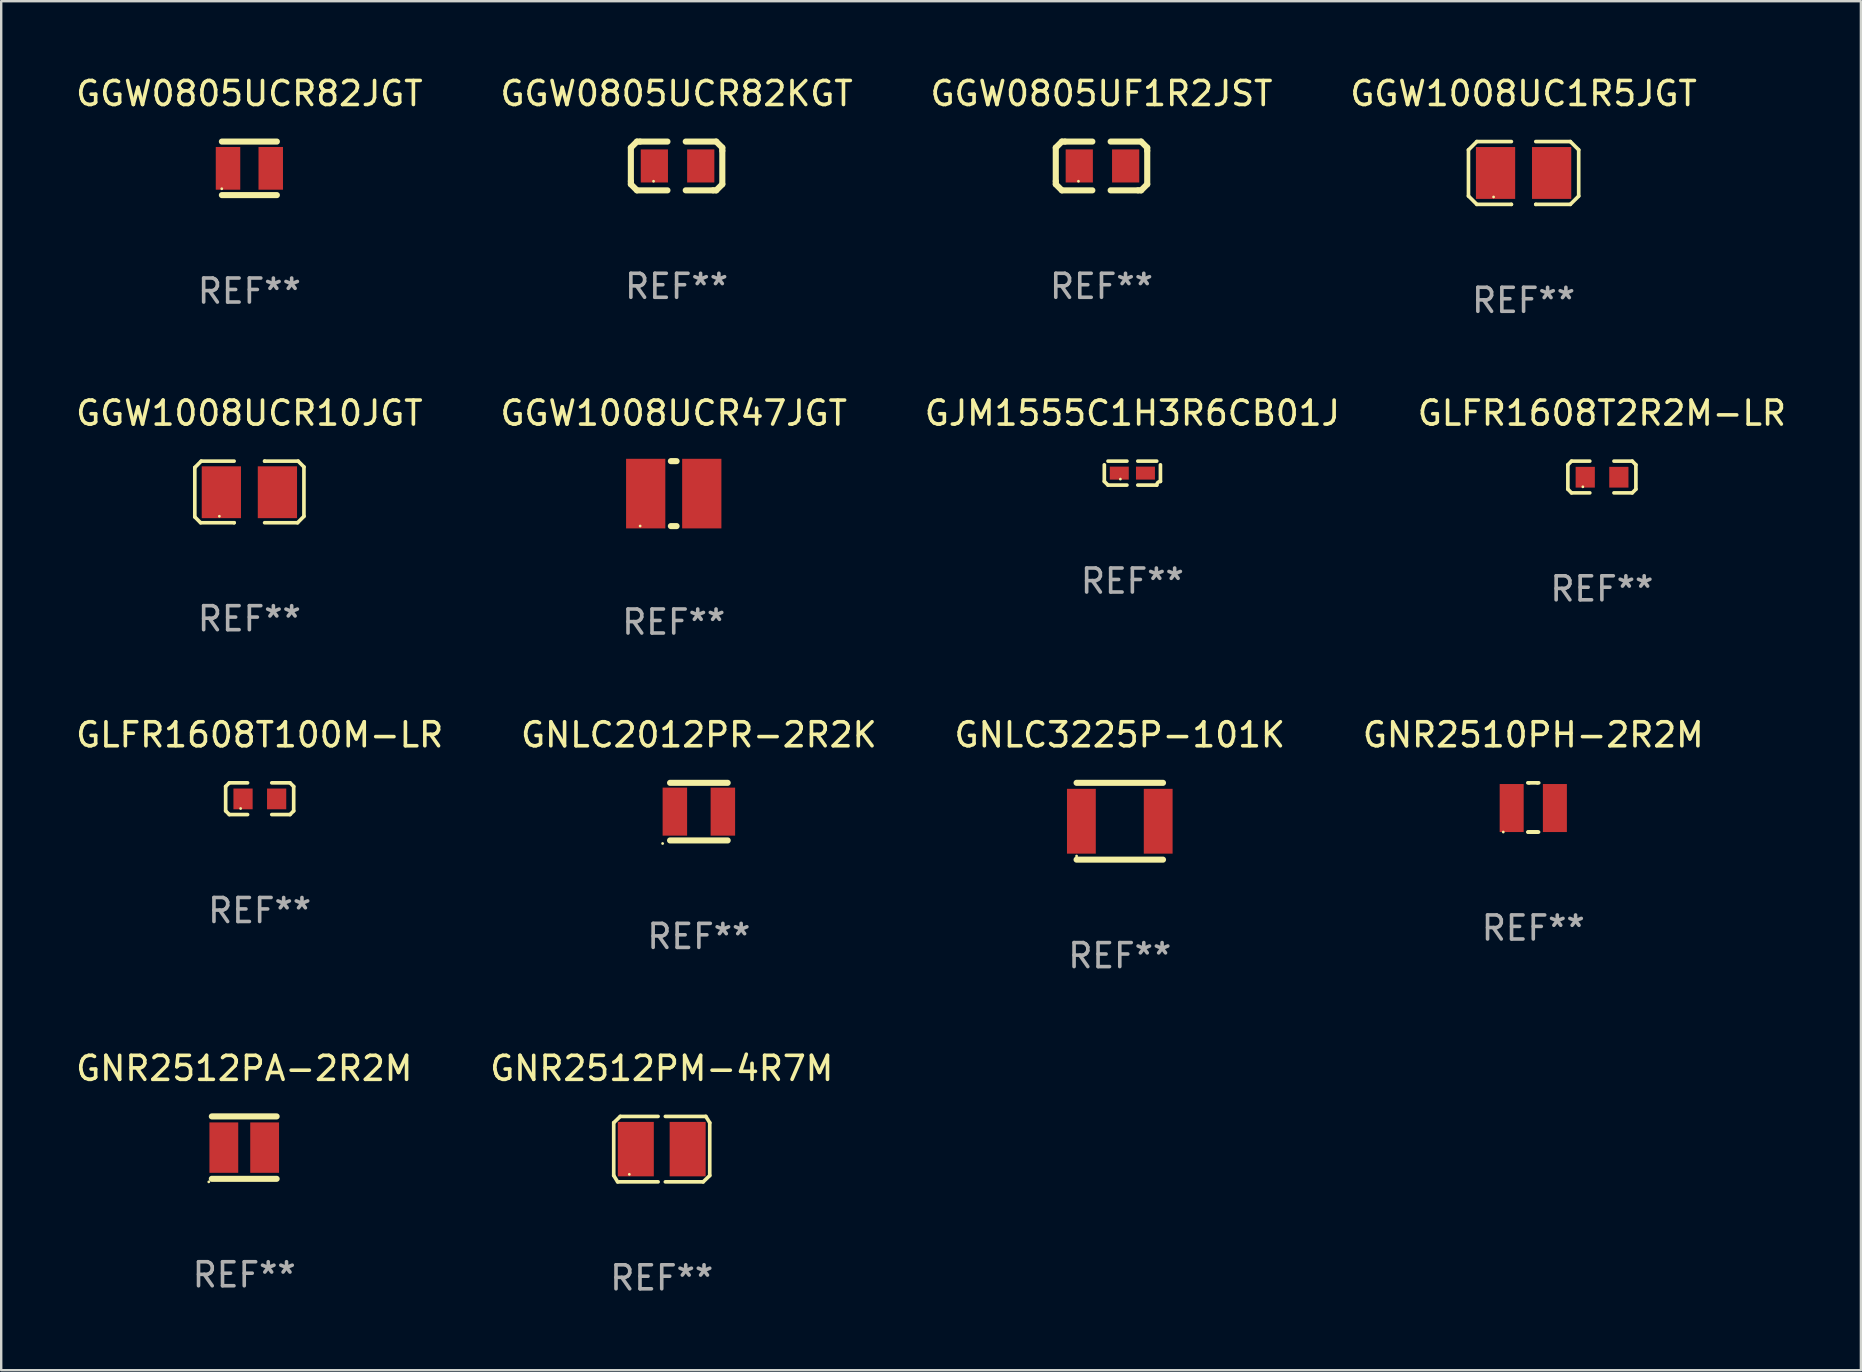
<source format=kicad_pcb>
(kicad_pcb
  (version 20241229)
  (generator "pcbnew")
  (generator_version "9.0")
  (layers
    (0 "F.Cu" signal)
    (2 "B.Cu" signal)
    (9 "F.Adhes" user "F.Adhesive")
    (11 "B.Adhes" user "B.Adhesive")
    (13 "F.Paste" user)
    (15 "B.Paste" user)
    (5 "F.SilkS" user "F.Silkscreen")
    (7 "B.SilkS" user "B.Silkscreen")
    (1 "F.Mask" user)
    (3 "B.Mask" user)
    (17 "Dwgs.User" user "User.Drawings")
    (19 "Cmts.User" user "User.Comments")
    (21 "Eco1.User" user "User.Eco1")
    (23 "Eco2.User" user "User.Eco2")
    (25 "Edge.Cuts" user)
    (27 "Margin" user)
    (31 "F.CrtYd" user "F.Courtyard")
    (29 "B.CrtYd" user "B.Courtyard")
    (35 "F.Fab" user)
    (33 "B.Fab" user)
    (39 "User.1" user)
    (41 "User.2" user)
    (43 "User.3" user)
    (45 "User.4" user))
  (footprint "GLFR1608T100M-LR"
    (layer "F.Cu")
    (at 7.768 30.224)
    (property "Reference" "GLFR1608T100M-LR" (at 0 -2.661 0) (layer "F.SilkS") (effects (font (size 1 1) (thickness 0.15))))
    (attr through_hole)
    (fp_line (start -1.417 -0.508) (end -1.265 -0.661) (stroke (width 0.152) (type solid)) (layer "F.SilkS"))
    (fp_line (start -1.417 0.508) (end -1.417 -0.508) (stroke (width 0.152) (type solid)) (layer "F.SilkS"))
    (fp_line (start -1.265 -0.661) (end -0.503 -0.661) (stroke (width 0.152) (type solid)) (layer "F.SilkS"))
    (fp_line (start -1.265 0.661) (end -1.417 0.508) (stroke (width 0.152) (type solid)) (layer "F.SilkS"))
    (fp_line (start -1.265 0.661) (end -0.503 0.661) (stroke (width 0.152) (type solid)) (layer "F.SilkS"))
    (fp_line (start 1.265 -0.661) (end 0.503 -0.661) (stroke (width 0.152) (type solid)) (layer "F.SilkS"))
    (fp_line (start 1.265 -0.661) (end 1.417 -0.508) (stroke (width 0.152) (type solid)) (layer "F.SilkS"))
    (fp_line (start 1.265 0.661) (end 0.503 0.661) (stroke (width 0.152) (type solid)) (layer "F.SilkS"))
    (fp_line (start 1.417 -0.508) (end 1.417 0.508) (stroke (width 0.152) (type solid)) (layer "F.SilkS"))
    (fp_line (start 1.417 0.508) (end 1.265 0.661) (stroke (width 0.152) (type solid)) (layer "F.SilkS"))
    (fp_circle (center -0.793 0.409) (end -0.763 0.409) (stroke (width 0.06) (type solid)) (fill no) (layer "F.SilkS"))
    (fp_text user "REF**" (at 0 4.661 0) (layer "F.Fab") (effects (font (size 1 1) (thickness 0.15))))
    (pad "1" smd rect (at -0.693 0.009 180) (size 0.8 0.864) (layers "F.Cu" "F.Mask" "F.Paste"))
    (pad "2" smd rect (at 0.707 0.009 180) (size 0.8 0.864) (layers "F.Cu" "F.Mask" "F.Paste")))
  (footprint "GLFR1608T2R2M-LR"
    (layer "F.Cu")
    (at 63.685 16.822)
    (property "Reference" "GLFR1608T2R2M-LR" (at 0 -2.661 0) (layer "F.SilkS") (effects (font (size 1 1) (thickness 0.15))))
    (attr through_hole)
    (fp_line (start -1.417 -0.508) (end -1.265 -0.661) (stroke (width 0.152) (type solid)) (layer "F.SilkS"))
    (fp_line (start -1.417 0.508) (end -1.417 -0.508) (stroke (width 0.152) (type solid)) (layer "F.SilkS"))
    (fp_line (start -1.265 -0.661) (end -0.503 -0.661) (stroke (width 0.152) (type solid)) (layer "F.SilkS"))
    (fp_line (start -1.265 0.661) (end -1.417 0.508) (stroke (width 0.152) (type solid)) (layer "F.SilkS"))
    (fp_line (start -1.265 0.661) (end -0.503 0.661) (stroke (width 0.152) (type solid)) (layer "F.SilkS"))
    (fp_line (start 1.265 -0.661) (end 0.503 -0.661) (stroke (width 0.152) (type solid)) (layer "F.SilkS"))
    (fp_line (start 1.265 -0.661) (end 1.417 -0.508) (stroke (width 0.152) (type solid)) (layer "F.SilkS"))
    (fp_line (start 1.265 0.661) (end 0.503 0.661) (stroke (width 0.152) (type solid)) (layer "F.SilkS"))
    (fp_line (start 1.417 -0.508) (end 1.417 0.508) (stroke (width 0.152) (type solid)) (layer "F.SilkS"))
    (fp_line (start 1.417 0.508) (end 1.265 0.661) (stroke (width 0.152) (type solid)) (layer "F.SilkS"))
    (fp_circle (center -0.793 0.409) (end -0.763 0.409) (stroke (width 0.06) (type solid)) (fill no) (layer "F.SilkS"))
    (fp_text user "REF**" (at 0 4.661 0) (layer "F.Fab") (effects (font (size 1 1) (thickness 0.15))))
    (pad "1" smd rect (at -0.693 0.009 180) (size 0.8 0.864) (layers "F.Cu" "F.Mask" "F.Paste"))
    (pad "2" smd rect (at 0.707 0.009 180) (size 0.8 0.864) (layers "F.Cu" "F.Mask" "F.Paste")))
  (footprint "GJM1555C1H3R6CB01J"
    (layer "F.Cu")
    (at 44.125 16.66)
    (property "Reference" "GJM1555C1H3R6CB01J" (at 0 -2.499 0) (layer "F.SilkS") (effects (font (size 1 1) (thickness 0.15))))
    (attr through_hole)
    (fp_line (start -1.169 0.346) (end -1.169 -0.346) (stroke (width 0.152) (type solid)) (layer "F.SilkS"))
    (fp_line (start -1.016 -0.499) (end -0.226 -0.499) (stroke (width 0.152) (type solid)) (layer "F.SilkS"))
    (fp_line (start -0.226 0.499) (end -1.016 0.499) (stroke (width 0.152) (type solid)) (layer "F.SilkS"))
    (fp_line (start 0.226 0.499) (end 1.016 0.499) (stroke (width 0.152) (type solid)) (layer "F.SilkS"))
    (fp_line (start 1.016 -0.499) (end 0.226 -0.499) (stroke (width 0.152) (type solid)) (layer "F.SilkS"))
    (fp_line (start 1.169 0.346) (end 1.169 -0.346) (stroke (width 0.152) (type solid)) (layer "F.SilkS"))
    (fp_arc (start -1.016307 0.498603) (mid -1.092512 0.422405) (end -1.16871 0.3462) (stroke (width 0.1524) (type solid)) (layer "F.SilkS"))
    (fp_arc (start 1.016307 0.498603) (mid 1.060899 0.390758) (end 1.168707 0.346076) (stroke (width 0.1524) (type solid)) (layer "F.SilkS"))
    (fp_circle (center -0.5 0.25) (end -0.47 0.25) (stroke (width 0.06) (type solid)) (fill no) (layer "F.SilkS"))
    (fp_text user "REF**" (at 0 4.499 0) (layer "F.Fab") (effects (font (size 1 1) (thickness 0.15))))
    (pad "1" smd rect (at -0.545 0) (size 0.79 0.54) (layers "F.Cu" "F.Mask" "F.Paste"))
    (pad "2" smd rect (at 0.545 0) (size 0.79 0.54) (layers "F.Cu" "F.Mask" "F.Paste")))
  (footprint "GNLC3225P-101K"
    (layer "F.Cu")
    (at 43.601 31.163)
    (property "Reference" "GNLC3225P-101K" (at 0 -3.6 0) (layer "F.SilkS") (effects (font (size 1 1) (thickness 0.15))))
    (attr through_hole)
    (fp_line (start -1.8 -1.6) (end 1.8 -1.6) (stroke (width 0.254) (type solid)) (layer "F.SilkS"))
    (fp_line (start -1.8 1.6) (end 1.8 1.6) (stroke (width 0.254) (type solid)) (layer "F.SilkS"))
    (fp_circle (center -1.8 1.45) (end -1.77 1.45) (stroke (width 0.06) (type solid)) (fill no) (layer "F.SilkS"))
    (fp_text user "REF**" (at 0 5.6 0) (layer "F.Fab") (effects (font (size 1 1) (thickness 0.15))))
    (pad "1" smd rect (at -1.6 0 90) (size 2.7 1.2) (layers "F.Cu" "F.Mask" "F.Paste"))
    (pad "2" smd rect (at 1.6 0 90) (size 2.7 1.2) (layers "F.Cu" "F.Mask" "F.Paste")))
  (footprint "GGW0805UCR82KGT"
    (layer "F.Cu")
    (at 25.137 3.864)
    (property "Reference" "GGW0805UCR82KGT" (at 0 -3.016 0) (layer "F.SilkS") (effects (font (size 1 1) (thickness 0.15))))
    (attr through_hole)
    (fp_line (start -1.905 -0.762) (end -1.905 0.635) (stroke (width 0.254) (type solid)) (layer "F.SilkS"))
    (fp_line (start -1.905 0.635) (end -1.905 0.762) (stroke (width 0.254) (type solid)) (layer "F.SilkS"))
    (fp_line (start -1.905 0.762) (end -1.651 1.016) (stroke (width 0.254) (type solid)) (layer "F.SilkS"))
    (fp_line (start -1.651 -1.016) (end -1.905 -0.762) (stroke (width 0.254) (type solid)) (layer "F.SilkS"))
    (fp_line (start -1.651 1.016) (end -0.381 1.016) (stroke (width 0.254) (type solid)) (layer "F.SilkS"))
    (fp_line (start -1.524 -1.016) (end -1.651 -1.016) (stroke (width 0.254) (type solid)) (layer "F.SilkS"))
    (fp_line (start -0.381 -1.016) (end -1.524 -1.016) (stroke (width 0.254) (type solid)) (layer "F.SilkS"))
    (fp_line (start 0.381 1.016) (end 1.524 1.016) (stroke (width 0.254) (type solid)) (layer "F.SilkS"))
    (fp_line (start 1.524 1.016) (end 1.651 1.016) (stroke (width 0.254) (type solid)) (layer "F.SilkS"))
    (fp_line (start 1.651 -1.016) (end 0.381 -1.016) (stroke (width 0.254) (type solid)) (layer "F.SilkS"))
    (fp_line (start 1.651 1.016) (end 1.905 0.762) (stroke (width 0.254) (type solid)) (layer "F.SilkS"))
    (fp_line (start 1.905 -0.762) (end 1.651 -1.016) (stroke (width 0.254) (type solid)) (layer "F.SilkS"))
    (fp_line (start 1.905 -0.635) (end 1.905 -0.762) (stroke (width 0.254) (type solid)) (layer "F.SilkS"))
    (fp_line (start 1.905 0.762) (end 1.905 -0.635) (stroke (width 0.254) (type solid)) (layer "F.SilkS"))
    (fp_circle (center -0.96 0.637) (end -0.93 0.637) (stroke (width 0.06) (type solid)) (fill no) (layer "F.SilkS"))
    (fp_text user "REF**" (at 0 5.016 0) (layer "F.Fab") (effects (font (size 1 1) (thickness 0.15))))
    (pad "1" smd rect (at -0.926 -0.000051) (size 1.133 1.377) (layers "F.Cu" "F.Mask" "F.Paste"))
    (pad "2" smd rect (at 1.006 -0.000051) (size 1.133 1.377) (layers "F.Cu" "F.Mask" "F.Paste")))
  (footprint "GGW0805UCR82JGT"
    (layer "F.Cu")
    (at 7.339 3.963)
    (property "Reference" "GGW0805UCR82JGT" (at 0 -3.115 0) (layer "F.SilkS") (effects (font (size 1 1) (thickness 0.15))))
    (attr through_hole)
    (fp_line (start -1.145 -1.115) (end 1.145 -1.115) (stroke (width 0.254) (type solid)) (layer "F.SilkS"))
    (fp_line (start -1.145 1.115) (end 1.145 1.115) (stroke (width 0.254) (type solid)) (layer "F.SilkS"))
    (fp_circle (center -1.15 0.85) (end -1.12 0.85) (stroke (width 0.06) (type solid)) (fill no) (layer "F.SilkS"))
    (fp_text user "REF**" (at 0 5.115 0) (layer "F.Fab") (effects (font (size 1 1) (thickness 0.15))))
    (pad "1" smd rect (at -0.89 0 90) (size 1.78 1.02) (layers "F.Cu" "F.Mask" "F.Paste"))
    (pad "2" smd rect (at 0.89 0 90) (size 1.78 1.02) (layers "F.Cu" "F.Mask" "F.Paste")))
  (footprint "GGW0805UF1R2JST"
    (layer "F.Cu")
    (at 42.839 3.864)
    (property "Reference" "GGW0805UF1R2JST" (at 0 -3.016 0) (layer "F.SilkS") (effects (font (size 1 1) (thickness 0.15))))
    (attr through_hole)
    (fp_line (start -1.905 -0.762) (end -1.905 0.635) (stroke (width 0.254) (type solid)) (layer "F.SilkS"))
    (fp_line (start -1.905 0.635) (end -1.905 0.762) (stroke (width 0.254) (type solid)) (layer "F.SilkS"))
    (fp_line (start -1.905 0.762) (end -1.651 1.016) (stroke (width 0.254) (type solid)) (layer "F.SilkS"))
    (fp_line (start -1.651 -1.016) (end -1.905 -0.762) (stroke (width 0.254) (type solid)) (layer "F.SilkS"))
    (fp_line (start -1.651 1.016) (end -0.381 1.016) (stroke (width 0.254) (type solid)) (layer "F.SilkS"))
    (fp_line (start -1.524 -1.016) (end -1.651 -1.016) (stroke (width 0.254) (type solid)) (layer "F.SilkS"))
    (fp_line (start -0.381 -1.016) (end -1.524 -1.016) (stroke (width 0.254) (type solid)) (layer "F.SilkS"))
    (fp_line (start 0.381 1.016) (end 1.524 1.016) (stroke (width 0.254) (type solid)) (layer "F.SilkS"))
    (fp_line (start 1.524 1.016) (end 1.651 1.016) (stroke (width 0.254) (type solid)) (layer "F.SilkS"))
    (fp_line (start 1.651 -1.016) (end 0.381 -1.016) (stroke (width 0.254) (type solid)) (layer "F.SilkS"))
    (fp_line (start 1.651 1.016) (end 1.905 0.762) (stroke (width 0.254) (type solid)) (layer "F.SilkS"))
    (fp_line (start 1.905 -0.762) (end 1.651 -1.016) (stroke (width 0.254) (type solid)) (layer "F.SilkS"))
    (fp_line (start 1.905 -0.635) (end 1.905 -0.762) (stroke (width 0.254) (type solid)) (layer "F.SilkS"))
    (fp_line (start 1.905 0.762) (end 1.905 -0.635) (stroke (width 0.254) (type solid)) (layer "F.SilkS"))
    (fp_circle (center -0.96 0.637) (end -0.93 0.637) (stroke (width 0.06) (type solid)) (fill no) (layer "F.SilkS"))
    (fp_text user "REF**" (at 0 5.016 0) (layer "F.Fab") (effects (font (size 1 1) (thickness 0.15))))
    (pad "1" smd rect (at -0.926 -0.000051) (size 1.133 1.377) (layers "F.Cu" "F.Mask" "F.Paste"))
    (pad "2" smd rect (at 1.006 -0.000051) (size 1.133 1.377) (layers "F.Cu" "F.Mask" "F.Paste")))
  (footprint "GGW1008UCR10JGT"
    (layer "F.Cu")
    (at 7.339 17.444)
    (property "Reference" "GGW1008UCR10JGT" (at 0 -3.283 0) (layer "F.SilkS") (effects (font (size 1 1) (thickness 0.15))))
    (attr through_hole)
    (fp_line (start -2.273 -1.016) (end -2.007 -1.283) (stroke (width 0.152) (type solid)) (layer "F.SilkS"))
    (fp_line (start -2.273 1.041) (end -2.273 -1.016) (stroke (width 0.152) (type solid)) (layer "F.SilkS"))
    (fp_line (start -2.032 1.283) (end -2.273 1.041) (stroke (width 0.152) (type solid)) (layer "F.SilkS"))
    (fp_line (start -2.007 -1.283) (end -0.635 -1.283) (stroke (width 0.152) (type solid)) (layer "F.SilkS"))
    (fp_line (start -0.635 1.283) (end -2.032 1.283) (stroke (width 0.152) (type solid)) (layer "F.SilkS"))
    (fp_line (start -0.635 1.283) (end -0.635 1.283) (stroke (width 0.152) (type solid)) (layer "F.SilkS"))
    (fp_line (start 0.635 -1.283) (end 0.635 -1.283) (stroke (width 0.152) (type solid)) (layer "F.SilkS"))
    (fp_line (start 0.635 -1.283) (end 2.032 -1.283) (stroke (width 0.152) (type solid)) (layer "F.SilkS"))
    (fp_line (start 2.007 1.283) (end 0.635 1.283) (stroke (width 0.152) (type solid)) (layer "F.SilkS"))
    (fp_line (start 2.032 -1.283) (end 2.273 -1.041) (stroke (width 0.152) (type solid)) (layer "F.SilkS"))
    (fp_line (start 2.273 -1.041) (end 2.273 1.016) (stroke (width 0.152) (type solid)) (layer "F.SilkS"))
    (fp_line (start 2.273 1.016) (end 2.007 1.283) (stroke (width 0.152) (type solid)) (layer "F.SilkS"))
    (fp_circle (center -1.25 1.013) (end -1.22 1.013) (stroke (width 0.06) (type solid)) (fill no) (layer "F.SilkS"))
    (fp_text user "REF**" (at 0 5.283 0) (layer "F.Fab") (effects (font (size 1 1) (thickness 0.15))))
    (pad "1" smd rect (at -1.167 0.013) (size 1.635 2.16) (layers "F.Cu" "F.Mask" "F.Paste"))
    (pad "2" smd rect (at 1.168 0.013) (size 1.635 2.16) (layers "F.Cu" "F.Mask" "F.Paste")))
  (footprint "GNR2510PH-2R2M"
    (layer "F.Cu")
    (at 60.827 30.588)
    (property "Reference" "GNR2510PH-2R2M" (at 0 -3.025 0) (layer "F.SilkS") (effects (font (size 1 1) (thickness 0.15))))
    (attr through_hole)
    (fp_line (start -0.22 1.025) (end 0.22 1.025) (stroke (width 0.152) (type solid)) (layer "F.SilkS"))
    (fp_line (start -0.174 -1.025) (end -0.227 -1.025) (stroke (width 0.152) (type solid)) (layer "F.SilkS"))
    (fp_line (start -0.174 -1.025) (end 0.174 -1.025) (stroke (width 0.152) (type solid)) (layer "F.SilkS"))
    (fp_line (start -0.169 1.025) (end 0.169 1.025) (stroke (width 0.152) (type solid)) (layer "F.SilkS"))
    (fp_line (start 0.169 1.025) (end -0.22 1.025) (stroke (width 0.152) (type solid)) (layer "F.SilkS"))
    (fp_line (start 0.174 -1.025) (end 0.227 -1.025) (stroke (width 0.152) (type solid)) (layer "F.SilkS"))
    (fp_circle (center -1.25 1.025) (end -1.22 1.025) (stroke (width 0.06) (type solid)) (fill no) (layer "F.SilkS"))
    (fp_text user "REF**" (at 0 5.025 0) (layer "F.Fab") (effects (font (size 1 1) (thickness 0.15))))
    (pad "1" smd rect (at -0.9 0.025 180) (size 1 2) (layers "F.Cu" "F.Mask" "F.Paste"))
    (pad "2" smd rect (at 0.9 0.025 180) (size 1 2) (layers "F.Cu" "F.Mask" "F.Paste")))
  (footprint "GNR2512PM-4R7M"
    (layer "F.Cu")
    (at 24.518 44.823)
    (property "Reference" "GNR2512PM-4R7M" (at 0 -3.363 0) (layer "F.SilkS") (effects (font (size 1 1) (thickness 0.15))))
    (attr through_hole)
    (fp_line (start -2 -1.1) (end -2 1.1) (stroke (width 0.152) (type solid)) (layer "F.SilkS"))
    (fp_line (start -2 1.1) (end -1.837 1.363) (stroke (width 0.152) (type solid)) (layer "F.SilkS"))
    (fp_line (start -1.837 1.363) (end -0.151 1.363) (stroke (width 0.152) (type solid)) (layer "F.SilkS"))
    (fp_line (start -1.727 -1.363) (end -2 -1.1) (stroke (width 0.152) (type solid)) (layer "F.SilkS"))
    (fp_line (start -0.151 -1.363) (end -1.727 -1.363) (stroke (width 0.152) (type solid)) (layer "F.SilkS"))
    (fp_line (start 0.151 1.363) (end 1.727 1.363) (stroke (width 0.152) (type solid)) (layer "F.SilkS"))
    (fp_line (start 1.727 1.363) (end 2 1.1) (stroke (width 0.152) (type solid)) (layer "F.SilkS"))
    (fp_line (start 1.837 -1.363) (end 0.151 -1.363) (stroke (width 0.152) (type solid)) (layer "F.SilkS"))
    (fp_line (start 2 -1.1) (end 1.837 -1.363) (stroke (width 0.152) (type solid)) (layer "F.SilkS"))
    (fp_line (start 2 1.1) (end 2 -1.1) (stroke (width 0.152) (type solid)) (layer "F.SilkS"))
    (fp_circle (center -1.35 1.05) (end -1.32 1.05) (stroke (width 0.06) (type solid)) (fill no) (layer "F.SilkS"))
    (fp_text user "REF**" (at 0 5.363 0) (layer "F.Fab") (effects (font (size 1 1) (thickness 0.15))))
    (pad "1" smd rect (at -1.08 0) (size 1.5 2.268) (layers "F.Cu" "F.Mask" "F.Paste"))
    (pad "2" smd rect (at 1.08 0) (size 1.5 2.268) (layers "F.Cu" "F.Mask" "F.Paste")))
  (footprint "GGW1008UCR47JGT"
    (layer "F.Cu")
    (at 25.018 17.514)
    (property "Reference" "GGW1008UCR47JGT" (at 0 -3.353 0) (layer "F.SilkS") (effects (font (size 1 1) (thickness 0.15))))
    (attr through_hole)
    (fp_line (start -0.119 -1.353) (end 0.119 -1.353) (stroke (width 0.254) (type solid)) (layer "F.SilkS"))
    (fp_line (start -0.119 1.353) (end 0.119 1.353) (stroke (width 0.254) (type solid)) (layer "F.SilkS"))
    (fp_circle (center -1.4 1.35) (end -1.37 1.35) (stroke (width 0.06) (type solid)) (fill no) (layer "F.SilkS"))
    (fp_text user "REF**" (at 0 5.353 0) (layer "F.Fab") (effects (font (size 1 1) (thickness 0.15))))
    (pad "1" smd rect (at -1.168 -0.000241) (size 1.635 2.9) (layers "F.Cu" "F.Mask" "F.Paste"))
    (pad "2" smd rect (at 1.168 -0.000241) (size 1.635 2.9) (layers "F.Cu" "F.Mask" "F.Paste")))
  (footprint "GGW1008UC1R5JGT"
    (layer "F.Cu")
    (at 60.423 4.156)
    (property "Reference" "GGW1008UC1R5JGT" (at 0 -3.308 0) (layer "F.SilkS") (effects (font (size 1 1) (thickness 0.15))))
    (attr through_hole)
    (fp_line (start -2.296 -0.96) (end -1.948 -1.308) (stroke (width 0.152) (type solid)) (layer "F.SilkS"))
    (fp_line (start -2.296 0.96) (end -2.296 -0.96) (stroke (width 0.152) (type solid)) (layer "F.SilkS"))
    (fp_line (start -1.948 -1.308) (end -0.508 -1.308) (stroke (width 0.152) (type solid)) (layer "F.SilkS"))
    (fp_line (start -1.948 1.308) (end -2.296 0.96) (stroke (width 0.152) (type solid)) (layer "F.SilkS"))
    (fp_line (start -0.508 1.308) (end -1.948 1.308) (stroke (width 0.152) (type solid)) (layer "F.SilkS"))
    (fp_line (start -0.508 1.308) (end -0.508 1.308) (stroke (width 0.152) (type solid)) (layer "F.SilkS"))
    (fp_line (start 0.508 1.308) (end 0.508 1.308) (stroke (width 0.152) (type solid)) (layer "F.SilkS"))
    (fp_line (start 0.508 1.308) (end 1.948 1.308) (stroke (width 0.152) (type solid)) (layer "F.SilkS"))
    (fp_line (start 1.948 -1.308) (end 0.508 -1.308) (stroke (width 0.152) (type solid)) (layer "F.SilkS"))
    (fp_line (start 1.948 1.308) (end 2.296 0.963) (stroke (width 0.152) (type solid)) (layer "F.SilkS"))
    (fp_line (start 2.296 -0.963) (end 1.948 -1.308) (stroke (width 0.152) (type solid)) (layer "F.SilkS"))
    (fp_line (start 2.296 0.963) (end 2.296 -0.963) (stroke (width 0.152) (type solid)) (layer "F.SilkS"))
    (fp_circle (center -1.25 1) (end -1.22 1) (stroke (width 0.06) (type solid)) (fill no) (layer "F.SilkS"))
    (fp_text user "REF**" (at 0 5.308 0) (layer "F.Fab") (effects (font (size 1 1) (thickness 0.15))))
    (pad "1" smd rect (at -1.168 0.000025) (size 1.635 2.16) (layers "F.Cu" "F.Mask" "F.Paste"))
    (pad "2" smd rect (at 1.168 0.000025) (size 1.635 2.16) (layers "F.Cu" "F.Mask" "F.Paste")))
  (footprint "GNLC2012PR-2R2K"
    (layer "F.Cu")
    (at 26.065 30.763)
    (property "Reference" "GNLC2012PR-2R2K" (at 0 -3.2 0) (layer "F.SilkS") (effects (font (size 1 1) (thickness 0.15))))
    (attr through_hole)
    (fp_line (start -1.2 -1.2) (end 1.2 -1.2) (stroke (width 0.254) (type solid)) (layer "F.SilkS"))
    (fp_line (start -1.2 1.2) (end 1.2 1.2) (stroke (width 0.254) (type solid)) (layer "F.SilkS"))
    (fp_circle (center -1.51 1.327) (end -1.48 1.327) (stroke (width 0.06) (type solid)) (fill no) (layer "F.SilkS"))
    (fp_text user "REF**" (at 0 5.2 0) (layer "F.Fab") (effects (font (size 1 1) (thickness 0.15))))
    (pad "1" smd rect (at -1 0) (size 1.02 2) (layers "F.Cu" "F.Mask" "F.Paste"))
    (pad "2" smd rect (at 1 0) (size 1.02 2) (layers "F.Cu" "F.Mask" "F.Paste")))
  (footprint "GNR2512PA-2R2M"
    (layer "F.Cu")
    (at 7.125 44.76)
    (property "Reference" "GNR2512PA-2R2M" (at 0 -3.3 0) (layer "F.SilkS") (effects (font (size 1 1) (thickness 0.15))))
    (attr through_hole)
    (fp_line (start -1.35 -1.3) (end 1.35 -1.3) (stroke (width 0.254) (type solid)) (layer "F.SilkS"))
    (fp_line (start -1.35 1.3) (end 1.35 1.3) (stroke (width 0.254) (type solid)) (layer "F.SilkS"))
    (fp_circle (center -1.477 1.427) (end -1.447 1.427) (stroke (width 0.06) (type solid)) (fill no) (layer "F.SilkS"))
    (fp_text user "REF**" (at 0 5.3 0) (layer "F.Fab") (effects (font (size 1 1) (thickness 0.15))))
    (pad "1" smd rect (at -0.85 0) (size 1.2 2.1) (layers "F.Cu" "F.Mask" "F.Paste"))
    (pad "2" smd rect (at 0.85 0) (size 1.2 2.1) (layers "F.Cu" "F.Mask" "F.Paste")))
  (gr_rect
    (start -3 -3)
    (end 74.476 54.034)
    (stroke (width 0.1) (type default))
    (fill no)
    (layer "Edge.Cuts")))
</source>
